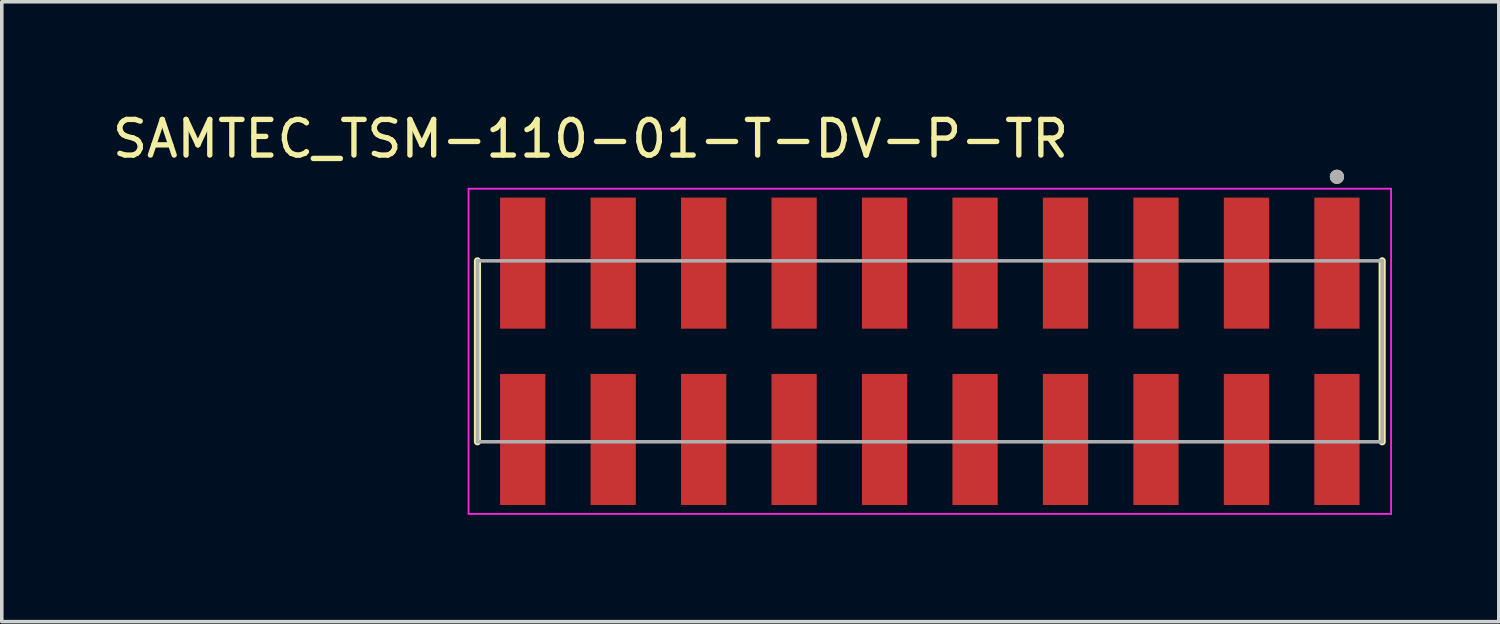
<source format=kicad_pcb>
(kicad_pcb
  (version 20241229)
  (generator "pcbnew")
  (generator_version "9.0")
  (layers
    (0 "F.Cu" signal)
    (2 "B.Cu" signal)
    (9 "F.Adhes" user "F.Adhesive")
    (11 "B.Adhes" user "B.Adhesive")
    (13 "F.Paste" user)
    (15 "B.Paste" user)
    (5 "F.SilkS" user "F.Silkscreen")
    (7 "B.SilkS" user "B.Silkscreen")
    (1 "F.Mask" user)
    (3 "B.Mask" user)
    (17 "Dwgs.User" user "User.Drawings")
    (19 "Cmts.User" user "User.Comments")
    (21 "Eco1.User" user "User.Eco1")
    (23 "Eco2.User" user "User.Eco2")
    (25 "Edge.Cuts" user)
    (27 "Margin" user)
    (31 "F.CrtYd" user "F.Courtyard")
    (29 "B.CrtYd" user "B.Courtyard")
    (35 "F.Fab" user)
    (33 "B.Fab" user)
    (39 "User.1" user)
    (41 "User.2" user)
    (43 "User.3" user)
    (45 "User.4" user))
  (footprint "SAMTEC_TSM-110-01-T-DV-P-TR"
    (layer "F.Cu")
    (at 23.055 6.813)
    (property "Reference" "SAMTEC_TSM-110-01-T-DV-P-TR" (at -9.525 -5.965 0) (layer "F.SilkS") (effects (font (size 1 1) (thickness 0.15))))
    (attr smd)
    (fp_line (start -12.7 2.54) (end -12.7 -2.54) (stroke (width 0.2) (type solid)) (layer "F.SilkS"))
    (fp_line (start 12.7 -2.54) (end 12.7 2.54) (stroke (width 0.2) (type solid)) (layer "F.SilkS"))
    (fp_circle (center 11.43 -4.9) (end 11.53 -4.9) (stroke (width 0.2) (type solid)) (fill no) (layer "F.SilkS"))
    (fp_line (start -12.95 -4.565) (end 12.95 -4.565) (stroke (width 0.05) (type solid)) (layer "F.CrtYd"))
    (fp_line (start -12.95 4.565) (end -12.95 -4.565) (stroke (width 0.05) (type solid)) (layer "F.CrtYd"))
    (fp_line (start 12.95 -4.565) (end 12.95 4.565) (stroke (width 0.05) (type solid)) (layer "F.CrtYd"))
    (fp_line (start 12.95 4.565) (end -12.95 4.565) (stroke (width 0.05) (type solid)) (layer "F.CrtYd"))
    (fp_line (start -12.7 -2.54) (end 12.7 -2.54) (stroke (width 0.1) (type solid)) (layer "F.Fab"))
    (fp_line (start -12.7 2.54) (end -12.7 -2.54) (stroke (width 0.1) (type solid)) (layer "F.Fab"))
    (fp_line (start 12.7 -2.54) (end 12.7 2.54) (stroke (width 0.1) (type solid)) (layer "F.Fab"))
    (fp_line (start 12.7 2.54) (end -12.7 2.54) (stroke (width 0.1) (type solid)) (layer "F.Fab"))
    (fp_circle (center 11.43 -4.9) (end 11.53 -4.9) (stroke (width 0.2) (type solid)) (fill no) (layer "F.Fab"))
    (pad "01" smd rect (at 11.43 -2.475) (size 1.27 3.68) (layers "F.Cu" "F.Mask" "F.Paste"))
    (pad "02" smd rect (at 11.43 2.475) (size 1.27 3.68) (layers "F.Cu" "F.Mask" "F.Paste"))
    (pad "03" smd rect (at 8.89 -2.475) (size 1.27 3.68) (layers "F.Cu" "F.Mask" "F.Paste"))
    (pad "04" smd rect (at 8.89 2.475) (size 1.27 3.68) (layers "F.Cu" "F.Mask" "F.Paste"))
    (pad "05" smd rect (at 6.35 -2.475) (size 1.27 3.68) (layers "F.Cu" "F.Mask" "F.Paste"))
    (pad "06" smd rect (at 6.35 2.475) (size 1.27 3.68) (layers "F.Cu" "F.Mask" "F.Paste"))
    (pad "07" smd rect (at 3.81 -2.475) (size 1.27 3.68) (layers "F.Cu" "F.Mask" "F.Paste"))
    (pad "08" smd rect (at 3.81 2.475) (size 1.27 3.68) (layers "F.Cu" "F.Mask" "F.Paste"))
    (pad "09" smd rect (at 1.27 -2.475) (size 1.27 3.68) (layers "F.Cu" "F.Mask" "F.Paste"))
    (pad "10" smd rect (at 1.27 2.475) (size 1.27 3.68) (layers "F.Cu" "F.Mask" "F.Paste"))
    (pad "11" smd rect (at -1.27 -2.475) (size 1.27 3.68) (layers "F.Cu" "F.Mask" "F.Paste"))
    (pad "12" smd rect (at -1.27 2.475) (size 1.27 3.68) (layers "F.Cu" "F.Mask" "F.Paste"))
    (pad "13" smd rect (at -3.81 -2.475) (size 1.27 3.68) (layers "F.Cu" "F.Mask" "F.Paste"))
    (pad "14" smd rect (at -3.81 2.475) (size 1.27 3.68) (layers "F.Cu" "F.Mask" "F.Paste"))
    (pad "15" smd rect (at -6.35 -2.475) (size 1.27 3.68) (layers "F.Cu" "F.Mask" "F.Paste"))
    (pad "16" smd rect (at -6.35 2.475) (size 1.27 3.68) (layers "F.Cu" "F.Mask" "F.Paste"))
    (pad "17" smd rect (at -8.89 -2.475) (size 1.27 3.68) (layers "F.Cu" "F.Mask" "F.Paste"))
    (pad "18" smd rect (at -8.89 2.475) (size 1.27 3.68) (layers "F.Cu" "F.Mask" "F.Paste"))
    (pad "19" smd rect (at -11.43 -2.475) (size 1.27 3.68) (layers "F.Cu" "F.Mask" "F.Paste"))
    (pad "20" smd rect (at -11.43 2.475) (size 1.27 3.68) (layers "F.Cu" "F.Mask" "F.Paste")))
  (gr_rect
    (start -3 -3)
    (end 39.03 14.403)
    (stroke (width 0.1) (type default))
    (fill no)
    (layer "Edge.Cuts")))
</source>
